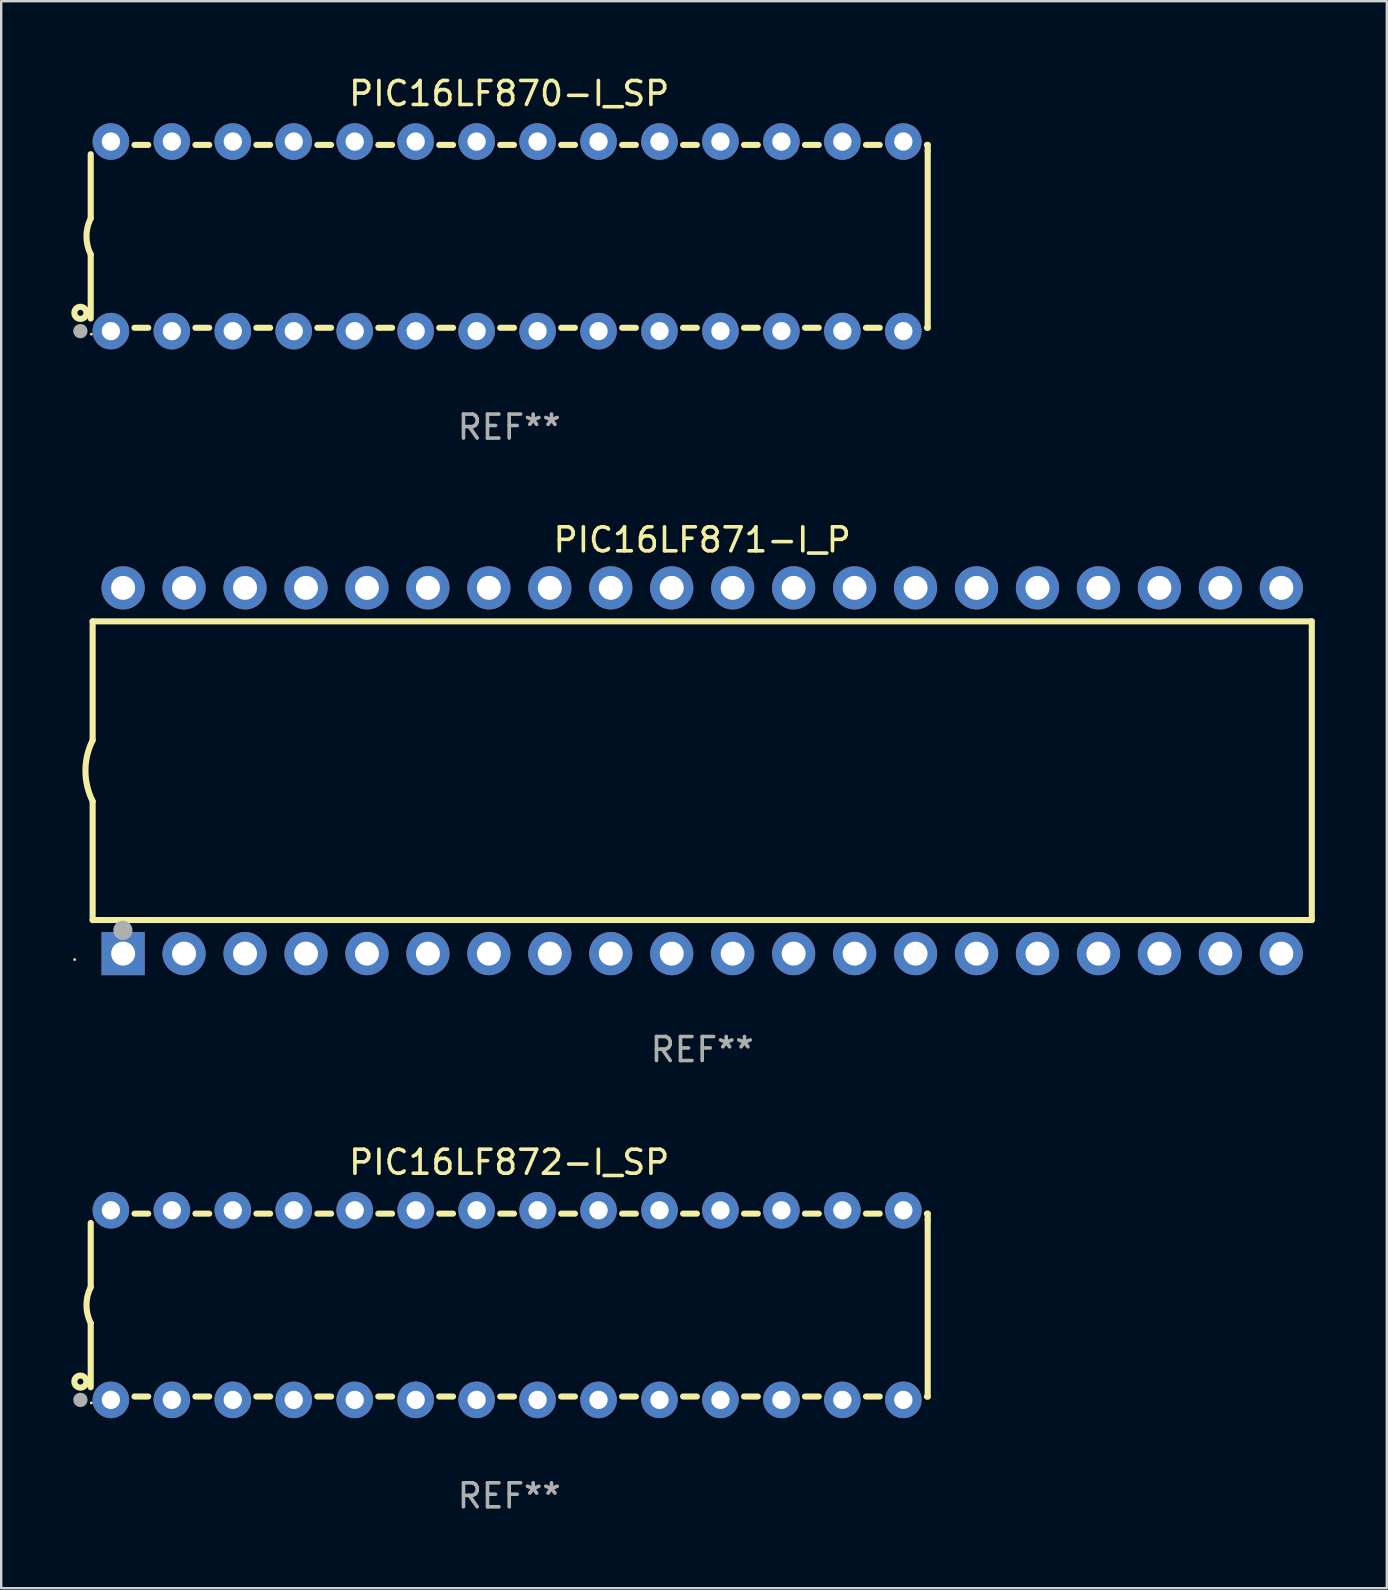
<source format=kicad_pcb>
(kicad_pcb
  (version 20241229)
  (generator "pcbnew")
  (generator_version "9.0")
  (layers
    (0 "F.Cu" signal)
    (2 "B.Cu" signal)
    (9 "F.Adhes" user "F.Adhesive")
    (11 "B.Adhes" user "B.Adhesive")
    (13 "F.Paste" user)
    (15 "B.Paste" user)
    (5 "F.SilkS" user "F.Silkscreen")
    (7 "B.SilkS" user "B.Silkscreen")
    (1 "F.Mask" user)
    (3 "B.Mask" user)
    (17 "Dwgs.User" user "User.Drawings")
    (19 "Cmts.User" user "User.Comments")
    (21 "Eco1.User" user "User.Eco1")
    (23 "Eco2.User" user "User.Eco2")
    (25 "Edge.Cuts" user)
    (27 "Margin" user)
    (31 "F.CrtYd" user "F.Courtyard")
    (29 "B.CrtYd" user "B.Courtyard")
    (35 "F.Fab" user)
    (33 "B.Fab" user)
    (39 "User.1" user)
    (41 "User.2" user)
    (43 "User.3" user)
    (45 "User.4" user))
  (footprint "PIC16LF872-I_SP"
    (layer "F.Cu")
    (at 18.168 51.331)
    (property "Reference" "PIC16LF872-I_SP" (at 0 -5.95 0) (layer "F.SilkS") (effects (font (size 1 1) (thickness 0.15))))
    (attr through_hole)
    (fp_line (start -17.438 0.75) (end -17.438 3.423) (stroke (width 0.254) (type solid)) (layer "F.SilkS"))
    (fp_line (start -17.438 -3.423) (end -17.438 -0.75) (stroke (width 0.254) (type solid)) (layer "F.SilkS"))
    (fp_line (start -15.615 3.81) (end -15.041 3.81) (stroke (width 0.254) (type solid)) (layer "F.SilkS"))
    (fp_line (start -15.041 -3.81) (end -15.614 -3.81) (stroke (width 0.254) (type solid)) (layer "F.SilkS"))
    (fp_line (start -13.075 3.81) (end -12.501 3.81) (stroke (width 0.254) (type solid)) (layer "F.SilkS"))
    (fp_line (start -12.501 -3.81) (end -13.074 -3.81) (stroke (width 0.254) (type solid)) (layer "F.SilkS"))
    (fp_line (start -10.535 3.81) (end -9.961 3.81) (stroke (width 0.254) (type solid)) (layer "F.SilkS"))
    (fp_line (start -9.961 -3.81) (end -10.534 -3.81) (stroke (width 0.254) (type solid)) (layer "F.SilkS"))
    (fp_line (start -7.995 3.81) (end -7.421 3.81) (stroke (width 0.254) (type solid)) (layer "F.SilkS"))
    (fp_line (start -7.421 -3.81) (end -7.995 -3.81) (stroke (width 0.254) (type solid)) (layer "F.SilkS"))
    (fp_line (start -5.455 3.81) (end -4.881 3.81) (stroke (width 0.254) (type solid)) (layer "F.SilkS"))
    (fp_line (start -4.881 -3.81) (end -5.455 -3.81) (stroke (width 0.254) (type solid)) (layer "F.SilkS"))
    (fp_line (start -2.915 3.81) (end -2.341 3.81) (stroke (width 0.254) (type solid)) (layer "F.SilkS"))
    (fp_line (start -2.341 -3.81) (end -2.915 -3.81) (stroke (width 0.254) (type solid)) (layer "F.SilkS"))
    (fp_line (start -0.375 3.81) (end 0.199 3.81) (stroke (width 0.254) (type solid)) (layer "F.SilkS"))
    (fp_line (start 0.199 -3.81) (end -0.375 -3.81) (stroke (width 0.254) (type solid)) (layer "F.SilkS"))
    (fp_line (start 2.165 3.81) (end 2.739 3.81) (stroke (width 0.254) (type solid)) (layer "F.SilkS"))
    (fp_line (start 2.739 -3.81) (end 2.165 -3.81) (stroke (width 0.254) (type solid)) (layer "F.SilkS"))
    (fp_line (start 4.705 3.81) (end 5.279 3.81) (stroke (width 0.254) (type solid)) (layer "F.SilkS"))
    (fp_line (start 5.279 -3.81) (end 4.705 -3.81) (stroke (width 0.254) (type solid)) (layer "F.SilkS"))
    (fp_line (start 7.245 3.81) (end 7.819 3.81) (stroke (width 0.254) (type solid)) (layer "F.SilkS"))
    (fp_line (start 7.819 -3.81) (end 7.245 -3.81) (stroke (width 0.254) (type solid)) (layer "F.SilkS"))
    (fp_line (start 9.785 3.81) (end 10.359 3.81) (stroke (width 0.254) (type solid)) (layer "F.SilkS"))
    (fp_line (start 10.359 -3.81) (end 9.785 -3.81) (stroke (width 0.254) (type solid)) (layer "F.SilkS"))
    (fp_line (start 12.325 3.81) (end 12.899 3.81) (stroke (width 0.254) (type solid)) (layer "F.SilkS"))
    (fp_line (start 12.899 -3.81) (end 12.325 -3.81) (stroke (width 0.254) (type solid)) (layer "F.SilkS"))
    (fp_line (start 14.865 3.81) (end 15.439 3.81) (stroke (width 0.254) (type solid)) (layer "F.SilkS"))
    (fp_line (start 15.439 -3.81) (end 14.865 -3.81) (stroke (width 0.254) (type solid)) (layer "F.SilkS"))
    (fp_line (start 17.405 3.81) (end 17.438 3.81) (stroke (width 0.254) (type solid)) (layer "F.SilkS"))
    (fp_line (start 17.438 -3.81) (end 17.405 -3.81) (stroke (width 0.254) (type solid)) (layer "F.SilkS"))
    (fp_line (start 17.438 -3.556) (end 17.438 -3.81) (stroke (width 0.254) (type solid)) (layer "F.SilkS"))
    (fp_line (start 17.438 3.81) (end 17.438 -3.556) (stroke (width 0.254) (type solid)) (layer "F.SilkS"))
    (fp_arc (start -17.437986 0.749657) (mid -17.614887 -0.000024) (end -17.437783 -0.749657) (stroke (width 0.254001) (type solid)) (layer "F.SilkS"))
    (fp_circle (center -17.868 3.188) (end -17.743 3.188) (stroke (width 0.254) (type solid)) (fill no) (layer "F.SilkS"))
    (fp_circle (center -17.411 4.077) (end -17.381 4.077) (stroke (width 0.06) (type solid)) (fill no) (layer "F.SilkS"))
    (fp_circle (center -17.868 3.95) (end -17.718 3.95) (stroke (width 0.3) (type solid)) (fill no) (layer "F.Fab"))
    (fp_text user "REF**" (at 0 7.95 0) (layer "F.Fab") (effects (font (size 1 1) (thickness 0.15))))
    (pad "1" thru_hole circle (at -16.598 3.95) (size 1.524 1.524) (drill 0.762) (layers "*.Cu" "*.Mask"))
    (pad "2" thru_hole circle (at -14.058 3.95) (size 1.524 1.524) (drill 0.762) (layers "*.Cu" "*.Mask"))
    (pad "3" thru_hole circle (at -11.518 3.95) (size 1.524 1.524) (drill 0.762) (layers "*.Cu" "*.Mask"))
    (pad "4" thru_hole circle (at -8.978 3.95) (size 1.524 1.524) (drill 0.762) (layers "*.Cu" "*.Mask"))
    (pad "5" thru_hole circle (at -6.438 3.95) (size 1.524 1.524) (drill 0.762) (layers "*.Cu" "*.Mask"))
    (pad "6" thru_hole circle (at -3.898 3.95) (size 1.524 1.524) (drill 0.762) (layers "*.Cu" "*.Mask"))
    (pad "7" thru_hole circle (at -1.358 3.95) (size 1.524 1.524) (drill 0.762) (layers "*.Cu" "*.Mask"))
    (pad "8" thru_hole circle (at 1.182 3.95) (size 1.524 1.524) (drill 0.762) (layers "*.Cu" "*.Mask"))
    (pad "9" thru_hole circle (at 3.722 3.95) (size 1.524 1.524) (drill 0.762) (layers "*.Cu" "*.Mask"))
    (pad "10" thru_hole circle (at 6.262 3.95) (size 1.524 1.524) (drill 0.762) (layers "*.Cu" "*.Mask"))
    (pad "11" thru_hole circle (at 8.802 3.95) (size 1.524 1.524) (drill 0.762) (layers "*.Cu" "*.Mask"))
    (pad "12" thru_hole circle (at 11.342 3.95) (size 1.524 1.524) (drill 0.762) (layers "*.Cu" "*.Mask"))
    (pad "13" thru_hole circle (at 13.882 3.95) (size 1.524 1.524) (drill 0.762) (layers "*.Cu" "*.Mask"))
    (pad "14" thru_hole circle (at 16.422 3.95) (size 1.524 1.524) (drill 0.762) (layers "*.Cu" "*.Mask"))
    (pad "15" thru_hole circle (at 16.422 -3.95) (size 1.524 1.524) (drill 0.762) (layers "*.Cu" "*.Mask"))
    (pad "16" thru_hole circle (at 13.882 -3.95) (size 1.524 1.524) (drill 0.762) (layers "*.Cu" "*.Mask"))
    (pad "17" thru_hole circle (at 11.342 -3.95) (size 1.524 1.524) (drill 0.762) (layers "*.Cu" "*.Mask"))
    (pad "18" thru_hole circle (at 8.802 -3.95) (size 1.524 1.524) (drill 0.762) (layers "*.Cu" "*.Mask"))
    (pad "19" thru_hole circle (at 6.262 -3.95) (size 1.524 1.524) (drill 0.762) (layers "*.Cu" "*.Mask"))
    (pad "20" thru_hole circle (at 3.722 -3.95) (size 1.524 1.524) (drill 0.762) (layers "*.Cu" "*.Mask"))
    (pad "21" thru_hole circle (at 1.182 -3.95) (size 1.524 1.524) (drill 0.762) (layers "*.Cu" "*.Mask"))
    (pad "22" thru_hole circle (at -1.358 -3.95) (size 1.524 1.524) (drill 0.762) (layers "*.Cu" "*.Mask"))
    (pad "23" thru_hole circle (at -3.898 -3.95) (size 1.524 1.524) (drill 0.762) (layers "*.Cu" "*.Mask"))
    (pad "24" thru_hole circle (at -6.438 -3.95) (size 1.524 1.524) (drill 0.762) (layers "*.Cu" "*.Mask"))
    (pad "25" thru_hole circle (at -8.978 -3.95) (size 1.524 1.524) (drill 0.762) (layers "*.Cu" "*.Mask"))
    (pad "26" thru_hole circle (at -11.517 -3.95) (size 1.524 1.524) (drill 0.762) (layers "*.Cu" "*.Mask"))
    (pad "27" thru_hole circle (at -14.057 -3.95) (size 1.524 1.524) (drill 0.762) (layers "*.Cu" "*.Mask"))
    (pad "28" thru_hole circle (at -16.597 -3.95) (size 1.524 1.524) (drill 0.762) (layers "*.Cu" "*.Mask")))
  (footprint "PIC16LF870-I_SP"
    (layer "F.Cu")
    (at 18.168 6.798)
    (property "Reference" "PIC16LF870-I_SP" (at 0 -5.95 0) (layer "F.SilkS") (effects (font (size 1 1) (thickness 0.15))))
    (attr through_hole)
    (fp_line (start -17.438 0.75) (end -17.438 3.423) (stroke (width 0.254) (type solid)) (layer "F.SilkS"))
    (fp_line (start -17.438 -3.423) (end -17.438 -0.75) (stroke (width 0.254) (type solid)) (layer "F.SilkS"))
    (fp_line (start -15.615 3.81) (end -15.041 3.81) (stroke (width 0.254) (type solid)) (layer "F.SilkS"))
    (fp_line (start -15.041 -3.81) (end -15.614 -3.81) (stroke (width 0.254) (type solid)) (layer "F.SilkS"))
    (fp_line (start -13.075 3.81) (end -12.501 3.81) (stroke (width 0.254) (type solid)) (layer "F.SilkS"))
    (fp_line (start -12.501 -3.81) (end -13.074 -3.81) (stroke (width 0.254) (type solid)) (layer "F.SilkS"))
    (fp_line (start -10.535 3.81) (end -9.961 3.81) (stroke (width 0.254) (type solid)) (layer "F.SilkS"))
    (fp_line (start -9.961 -3.81) (end -10.534 -3.81) (stroke (width 0.254) (type solid)) (layer "F.SilkS"))
    (fp_line (start -7.995 3.81) (end -7.421 3.81) (stroke (width 0.254) (type solid)) (layer "F.SilkS"))
    (fp_line (start -7.421 -3.81) (end -7.995 -3.81) (stroke (width 0.254) (type solid)) (layer "F.SilkS"))
    (fp_line (start -5.455 3.81) (end -4.881 3.81) (stroke (width 0.254) (type solid)) (layer "F.SilkS"))
    (fp_line (start -4.881 -3.81) (end -5.455 -3.81) (stroke (width 0.254) (type solid)) (layer "F.SilkS"))
    (fp_line (start -2.915 3.81) (end -2.341 3.81) (stroke (width 0.254) (type solid)) (layer "F.SilkS"))
    (fp_line (start -2.341 -3.81) (end -2.915 -3.81) (stroke (width 0.254) (type solid)) (layer "F.SilkS"))
    (fp_line (start -0.375 3.81) (end 0.199 3.81) (stroke (width 0.254) (type solid)) (layer "F.SilkS"))
    (fp_line (start 0.199 -3.81) (end -0.375 -3.81) (stroke (width 0.254) (type solid)) (layer "F.SilkS"))
    (fp_line (start 2.165 3.81) (end 2.739 3.81) (stroke (width 0.254) (type solid)) (layer "F.SilkS"))
    (fp_line (start 2.739 -3.81) (end 2.165 -3.81) (stroke (width 0.254) (type solid)) (layer "F.SilkS"))
    (fp_line (start 4.705 3.81) (end 5.279 3.81) (stroke (width 0.254) (type solid)) (layer "F.SilkS"))
    (fp_line (start 5.279 -3.81) (end 4.705 -3.81) (stroke (width 0.254) (type solid)) (layer "F.SilkS"))
    (fp_line (start 7.245 3.81) (end 7.819 3.81) (stroke (width 0.254) (type solid)) (layer "F.SilkS"))
    (fp_line (start 7.819 -3.81) (end 7.245 -3.81) (stroke (width 0.254) (type solid)) (layer "F.SilkS"))
    (fp_line (start 9.785 3.81) (end 10.359 3.81) (stroke (width 0.254) (type solid)) (layer "F.SilkS"))
    (fp_line (start 10.359 -3.81) (end 9.785 -3.81) (stroke (width 0.254) (type solid)) (layer "F.SilkS"))
    (fp_line (start 12.325 3.81) (end 12.899 3.81) (stroke (width 0.254) (type solid)) (layer "F.SilkS"))
    (fp_line (start 12.899 -3.81) (end 12.325 -3.81) (stroke (width 0.254) (type solid)) (layer "F.SilkS"))
    (fp_line (start 14.865 3.81) (end 15.439 3.81) (stroke (width 0.254) (type solid)) (layer "F.SilkS"))
    (fp_line (start 15.439 -3.81) (end 14.865 -3.81) (stroke (width 0.254) (type solid)) (layer "F.SilkS"))
    (fp_line (start 17.405 3.81) (end 17.438 3.81) (stroke (width 0.254) (type solid)) (layer "F.SilkS"))
    (fp_line (start 17.438 -3.81) (end 17.405 -3.81) (stroke (width 0.254) (type solid)) (layer "F.SilkS"))
    (fp_line (start 17.438 -3.556) (end 17.438 -3.81) (stroke (width 0.254) (type solid)) (layer "F.SilkS"))
    (fp_line (start 17.438 3.81) (end 17.438 -3.556) (stroke (width 0.254) (type solid)) (layer "F.SilkS"))
    (fp_arc (start -17.437986 0.749657) (mid -17.614887 -0.000024) (end -17.437783 -0.749657) (stroke (width 0.254001) (type solid)) (layer "F.SilkS"))
    (fp_circle (center -17.868 3.188) (end -17.743 3.188) (stroke (width 0.254) (type solid)) (fill no) (layer "F.SilkS"))
    (fp_circle (center -17.411 4.077) (end -17.381 4.077) (stroke (width 0.06) (type solid)) (fill no) (layer "F.SilkS"))
    (fp_circle (center -17.868 3.95) (end -17.718 3.95) (stroke (width 0.3) (type solid)) (fill no) (layer "F.Fab"))
    (fp_text user "REF**" (at 0 7.95 0) (layer "F.Fab") (effects (font (size 1 1) (thickness 0.15))))
    (pad "1" thru_hole circle (at -16.598 3.95) (size 1.524 1.524) (drill 0.762) (layers "*.Cu" "*.Mask"))
    (pad "2" thru_hole circle (at -14.058 3.95) (size 1.524 1.524) (drill 0.762) (layers "*.Cu" "*.Mask"))
    (pad "3" thru_hole circle (at -11.518 3.95) (size 1.524 1.524) (drill 0.762) (layers "*.Cu" "*.Mask"))
    (pad "4" thru_hole circle (at -8.978 3.95) (size 1.524 1.524) (drill 0.762) (layers "*.Cu" "*.Mask"))
    (pad "5" thru_hole circle (at -6.438 3.95) (size 1.524 1.524) (drill 0.762) (layers "*.Cu" "*.Mask"))
    (pad "6" thru_hole circle (at -3.898 3.95) (size 1.524 1.524) (drill 0.762) (layers "*.Cu" "*.Mask"))
    (pad "7" thru_hole circle (at -1.358 3.95) (size 1.524 1.524) (drill 0.762) (layers "*.Cu" "*.Mask"))
    (pad "8" thru_hole circle (at 1.182 3.95) (size 1.524 1.524) (drill 0.762) (layers "*.Cu" "*.Mask"))
    (pad "9" thru_hole circle (at 3.722 3.95) (size 1.524 1.524) (drill 0.762) (layers "*.Cu" "*.Mask"))
    (pad "10" thru_hole circle (at 6.262 3.95) (size 1.524 1.524) (drill 0.762) (layers "*.Cu" "*.Mask"))
    (pad "11" thru_hole circle (at 8.802 3.95) (size 1.524 1.524) (drill 0.762) (layers "*.Cu" "*.Mask"))
    (pad "12" thru_hole circle (at 11.342 3.95) (size 1.524 1.524) (drill 0.762) (layers "*.Cu" "*.Mask"))
    (pad "13" thru_hole circle (at 13.882 3.95) (size 1.524 1.524) (drill 0.762) (layers "*.Cu" "*.Mask"))
    (pad "14" thru_hole circle (at 16.422 3.95) (size 1.524 1.524) (drill 0.762) (layers "*.Cu" "*.Mask"))
    (pad "15" thru_hole circle (at 16.422 -3.95) (size 1.524 1.524) (drill 0.762) (layers "*.Cu" "*.Mask"))
    (pad "16" thru_hole circle (at 13.882 -3.95) (size 1.524 1.524) (drill 0.762) (layers "*.Cu" "*.Mask"))
    (pad "17" thru_hole circle (at 11.342 -3.95) (size 1.524 1.524) (drill 0.762) (layers "*.Cu" "*.Mask"))
    (pad "18" thru_hole circle (at 8.802 -3.95) (size 1.524 1.524) (drill 0.762) (layers "*.Cu" "*.Mask"))
    (pad "19" thru_hole circle (at 6.262 -3.95) (size 1.524 1.524) (drill 0.762) (layers "*.Cu" "*.Mask"))
    (pad "20" thru_hole circle (at 3.722 -3.95) (size 1.524 1.524) (drill 0.762) (layers "*.Cu" "*.Mask"))
    (pad "21" thru_hole circle (at 1.182 -3.95) (size 1.524 1.524) (drill 0.762) (layers "*.Cu" "*.Mask"))
    (pad "22" thru_hole circle (at -1.358 -3.95) (size 1.524 1.524) (drill 0.762) (layers "*.Cu" "*.Mask"))
    (pad "23" thru_hole circle (at -3.898 -3.95) (size 1.524 1.524) (drill 0.762) (layers "*.Cu" "*.Mask"))
    (pad "24" thru_hole circle (at -6.438 -3.95) (size 1.524 1.524) (drill 0.762) (layers "*.Cu" "*.Mask"))
    (pad "25" thru_hole circle (at -8.978 -3.95) (size 1.524 1.524) (drill 0.762) (layers "*.Cu" "*.Mask"))
    (pad "26" thru_hole circle (at -11.517 -3.95) (size 1.524 1.524) (drill 0.762) (layers "*.Cu" "*.Mask"))
    (pad "27" thru_hole circle (at -14.057 -3.95) (size 1.524 1.524) (drill 0.762) (layers "*.Cu" "*.Mask"))
    (pad "28" thru_hole circle (at -16.597 -3.95) (size 1.524 1.524) (drill 0.762) (layers "*.Cu" "*.Mask")))
  (footprint "PIC16LF871-I_P"
    (layer "F.Cu")
    (at 26.21 29.065)
    (property "Reference" "PIC16LF871-I_P" (at 0 -9.62 0) (layer "F.SilkS") (effects (font (size 1 1) (thickness 0.15))))
    (attr through_hole)
    (fp_line (start -25.4 -6.224) (end -25.4 -1.271) (stroke (width 0.254) (type solid)) (layer "F.SilkS"))
    (fp_line (start -25.4 -6.224) (end 25.4 -6.224) (stroke (width 0.254) (type solid)) (layer "F.SilkS"))
    (fp_line (start -25.4 1.269) (end -25.4 6.222) (stroke (width 0.254) (type solid)) (layer "F.SilkS"))
    (fp_line (start -25.4 6.222) (end 25.4 6.222) (stroke (width 0.254) (type solid)) (layer "F.SilkS"))
    (fp_line (start 25.4 6.222) (end 25.4 -6.224) (stroke (width 0.254) (type solid)) (layer "F.SilkS"))
    (fp_arc (start -25.4 1.269241) (mid -25.699807 -0.000762) (end -25.4 -1.270765) (stroke (width 0.254001) (type solid)) (layer "F.SilkS"))
    (fp_circle (center -26.15 7.87) (end -26.12 7.87) (stroke (width 0.06) (type solid)) (fill no) (layer "F.SilkS"))
    (fp_circle (center -24.14 6.65) (end -23.94 6.65) (stroke (width 0.4) (type solid)) (fill no) (layer "F.Fab"))
    (fp_text user "REF**" (at 0 11.62 0) (layer "F.Fab") (effects (font (size 1 1) (thickness 0.15))))
    (pad "1" thru_hole rect (at -24.13 7.62 90) (size 1.8 1.8) (drill 1) (layers "*.Cu" "*.Mask"))
    (pad "2" thru_hole circle (at -21.59 7.62) (size 1.8 1.8) (drill 1) (layers "*.Cu" "*.Mask"))
    (pad "3" thru_hole circle (at -19.05 7.62) (size 1.8 1.8) (drill 1) (layers "*.Cu" "*.Mask"))
    (pad "4" thru_hole circle (at -16.51 7.62) (size 1.8 1.8) (drill 1) (layers "*.Cu" "*.Mask"))
    (pad "5" thru_hole circle (at -13.97 7.62) (size 1.8 1.8) (drill 1) (layers "*.Cu" "*.Mask"))
    (pad "6" thru_hole circle (at -11.43 7.62) (size 1.8 1.8) (drill 1) (layers "*.Cu" "*.Mask"))
    (pad "7" thru_hole circle (at -8.89 7.62) (size 1.8 1.8) (drill 1) (layers "*.Cu" "*.Mask"))
    (pad "8" thru_hole circle (at -6.35 7.62) (size 1.8 1.8) (drill 1) (layers "*.Cu" "*.Mask"))
    (pad "9" thru_hole circle (at -3.81 7.62) (size 1.8 1.8) (drill 1) (layers "*.Cu" "*.Mask"))
    (pad "10" thru_hole circle (at -1.27 7.62) (size 1.8 1.8) (drill 1) (layers "*.Cu" "*.Mask"))
    (pad "11" thru_hole circle (at 1.27 7.62) (size 1.8 1.8) (drill 1) (layers "*.Cu" "*.Mask"))
    (pad "12" thru_hole circle (at 3.81 7.62) (size 1.8 1.8) (drill 1) (layers "*.Cu" "*.Mask"))
    (pad "13" thru_hole circle (at 6.35 7.62) (size 1.8 1.8) (drill 1) (layers "*.Cu" "*.Mask"))
    (pad "14" thru_hole circle (at 8.89 7.62) (size 1.8 1.8) (drill 1) (layers "*.Cu" "*.Mask"))
    (pad "15" thru_hole circle (at 11.43 7.62) (size 1.8 1.8) (drill 1) (layers "*.Cu" "*.Mask"))
    (pad "16" thru_hole circle (at 13.97 7.62) (size 1.8 1.8) (drill 1) (layers "*.Cu" "*.Mask"))
    (pad "17" thru_hole circle (at 16.51 7.62) (size 1.8 1.8) (drill 1) (layers "*.Cu" "*.Mask"))
    (pad "18" thru_hole circle (at 19.05 7.62) (size 1.8 1.8) (drill 1) (layers "*.Cu" "*.Mask"))
    (pad "19" thru_hole circle (at 21.59 7.62) (size 1.8 1.8) (drill 1) (layers "*.Cu" "*.Mask"))
    (pad "20" thru_hole circle (at 24.13 7.62) (size 1.8 1.8) (drill 1) (layers "*.Cu" "*.Mask"))
    (pad "21" thru_hole circle (at 24.13 -7.62) (size 1.8 1.8) (drill 1) (layers "*.Cu" "*.Mask"))
    (pad "22" thru_hole circle (at 21.59 -7.62) (size 1.8 1.8) (drill 1) (layers "*.Cu" "*.Mask"))
    (pad "23" thru_hole circle (at 19.05 -7.62) (size 1.8 1.8) (drill 1) (layers "*.Cu" "*.Mask"))
    (pad "24" thru_hole circle (at 16.51 -7.62) (size 1.8 1.8) (drill 1) (layers "*.Cu" "*.Mask"))
    (pad "25" thru_hole circle (at 13.97 -7.62) (size 1.8 1.8) (drill 1) (layers "*.Cu" "*.Mask"))
    (pad "26" thru_hole circle (at 11.43 -7.62) (size 1.8 1.8) (drill 1) (layers "*.Cu" "*.Mask"))
    (pad "27" thru_hole circle (at 8.89 -7.62) (size 1.8 1.8) (drill 1) (layers "*.Cu" "*.Mask"))
    (pad "28" thru_hole circle (at 6.35 -7.62) (size 1.8 1.8) (drill 1) (layers "*.Cu" "*.Mask"))
    (pad "29" thru_hole circle (at 3.81 -7.62) (size 1.8 1.8) (drill 1) (layers "*.Cu" "*.Mask"))
    (pad "30" thru_hole circle (at 1.27 -7.62) (size 1.8 1.8) (drill 1) (layers "*.Cu" "*.Mask"))
    (pad "31" thru_hole circle (at -1.27 -7.62) (size 1.8 1.8) (drill 1) (layers "*.Cu" "*.Mask"))
    (pad "32" thru_hole circle (at -3.81 -7.62) (size 1.8 1.8) (drill 1) (layers "*.Cu" "*.Mask"))
    (pad "33" thru_hole circle (at -6.35 -7.62) (size 1.8 1.8) (drill 1) (layers "*.Cu" "*.Mask"))
    (pad "34" thru_hole circle (at -8.89 -7.62) (size 1.8 1.8) (drill 1) (layers "*.Cu" "*.Mask"))
    (pad "35" thru_hole circle (at -11.43 -7.62) (size 1.8 1.8) (drill 1) (layers "*.Cu" "*.Mask"))
    (pad "36" thru_hole circle (at -13.97 -7.62) (size 1.8 1.8) (drill 1) (layers "*.Cu" "*.Mask"))
    (pad "37" thru_hole circle (at -16.51 -7.62) (size 1.8 1.8) (drill 1) (layers "*.Cu" "*.Mask"))
    (pad "38" thru_hole circle (at -19.05 -7.62) (size 1.8 1.8) (drill 1) (layers "*.Cu" "*.Mask"))
    (pad "39" thru_hole circle (at -21.59 -7.62) (size 1.8 1.8) (drill 1) (layers "*.Cu" "*.Mask"))
    (pad "40" thru_hole circle (at -24.13 -7.62) (size 1.8 1.8) (drill 1) (layers "*.Cu" "*.Mask")))
  (gr_rect
    (start -3 -3)
    (end 54.737 63.129)
    (stroke (width 0.1) (type default))
    (fill no)
    (layer "Edge.Cuts")))
</source>
